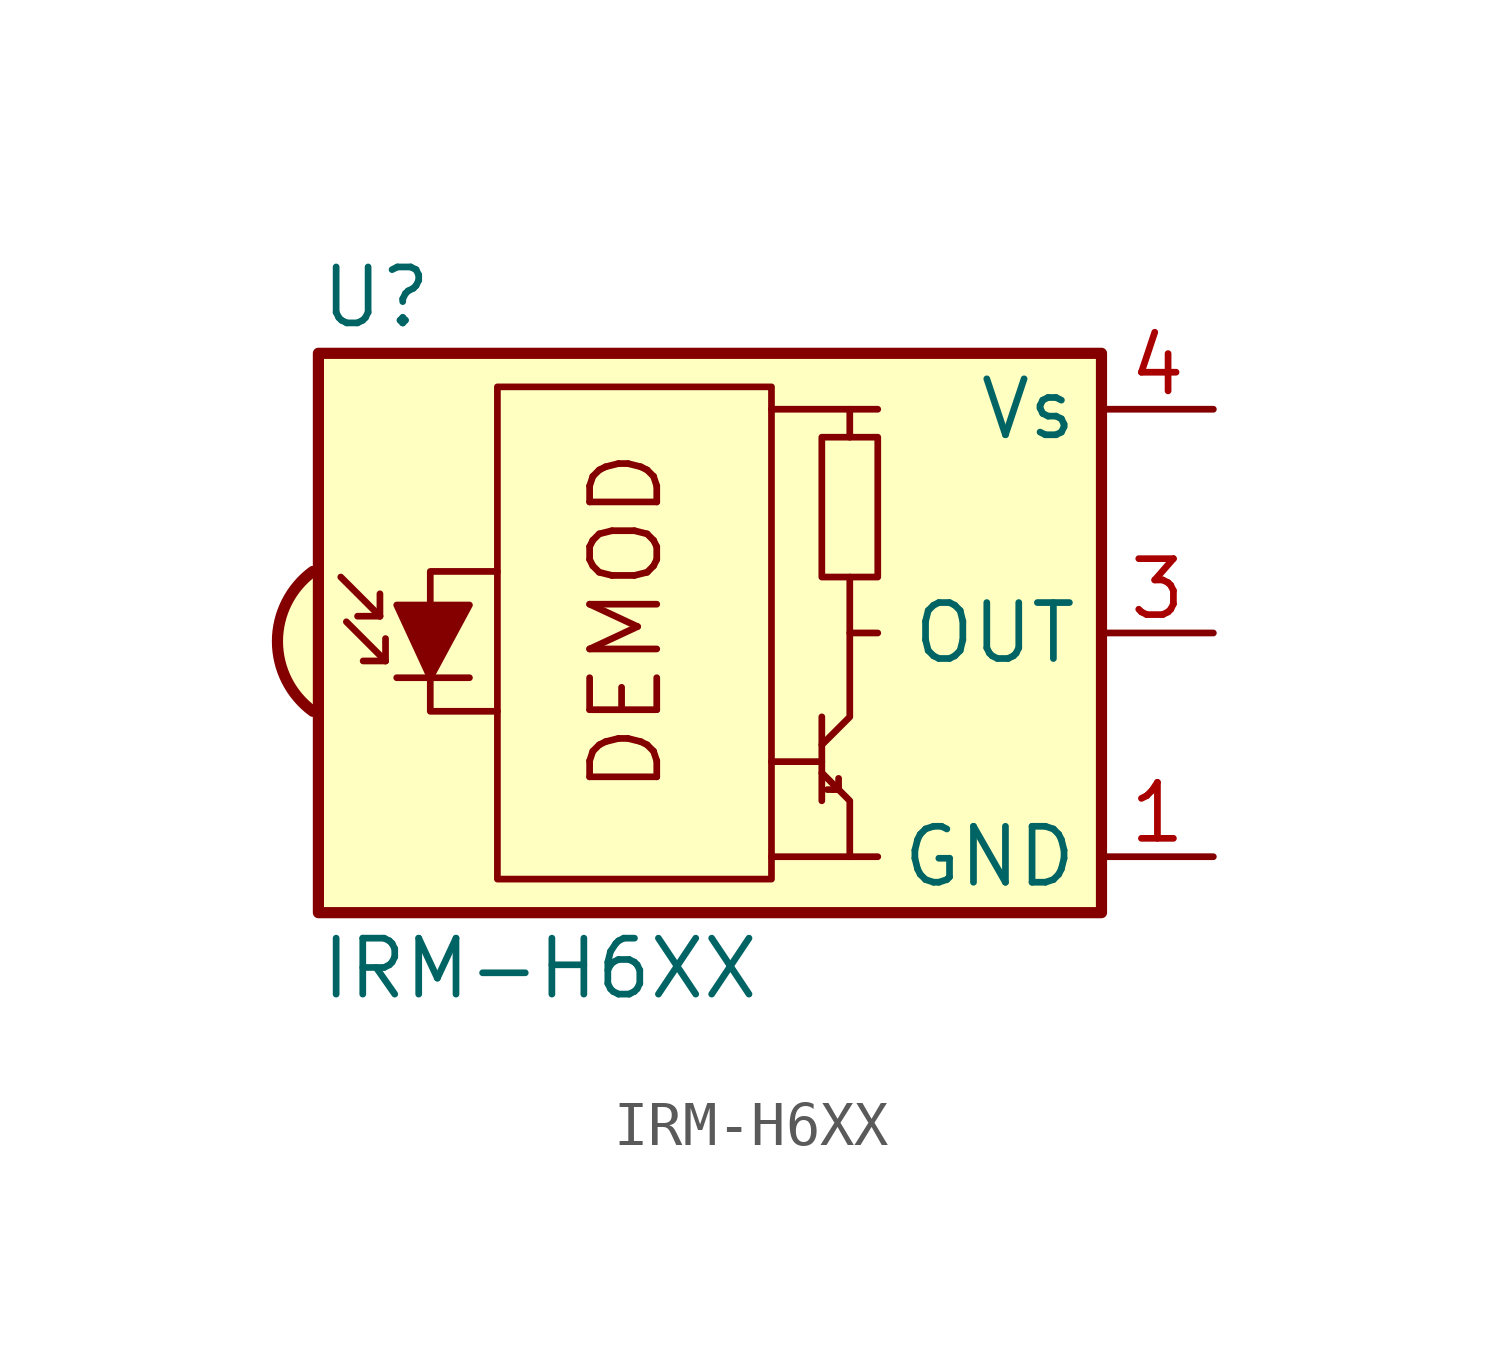
<source format=kicad_sym>
(kicad_symbol_lib
  (version 20211014)
  (generator kicad_symbol_editor)
  (symbol "IRM-H6XX"
    (property "Reference" "U"
      (at -10.16 7.62 0)
      (effects (font (size 1.27 1.27)) (justify left)))
    (property "Value" "IRM-H6XX"
      (at -10.16 -7.62 0)
      (effects (font (size 1.27 1.27)) (justify left)))
    (symbol "IRM-H6XX_0_0"
      (arc (start -10.287 1.397) (mid -11.0899 -0.1852) (end -10.287 -1.778) (stroke (width 0.254) (type default) (color 0 0 0 0)) (fill (type background)))
      (polyline (pts (xy 1.905 -5.08) (xy 0.127 -5.08)) (stroke (width 0) (type default) (color 0 0 0 0)) (fill (type none)))
      (polyline (pts (xy 1.905 5.08) (xy 0.127 5.08)) (stroke (width 0) (type default) (color 0 0 0 0)) (fill (type none)))
      (text "DEMOD" (at -3.175 0.254 900) (effects (font (size 1.524 1.524)))))
    (symbol "IRM-H6XX_0_1"
      (rectangle (start -6.096 5.588) (end 0.127 -5.588) (stroke (width 0) (type default) (color 0 0 0 0)) (fill (type none)))
      (polyline (pts (xy -8.763 0.381) (xy -9.652 1.27)) (stroke (width 0) (type default) (color 0 0 0 0)) (fill (type none)))
      (polyline (pts (xy -8.763 0.381) (xy -9.271 0.381)) (stroke (width 0) (type default) (color 0 0 0 0)) (fill (type none)))
      (polyline (pts (xy -8.763 0.381) (xy -8.763 0.889)) (stroke (width 0) (type default) (color 0 0 0 0)) (fill (type none)))
      (polyline (pts (xy -8.636 -0.635) (xy -9.525 0.254)) (stroke (width 0) (type default) (color 0 0 0 0)) (fill (type none)))
      (polyline (pts (xy -8.636 -0.635) (xy -9.144 -0.635)) (stroke (width 0) (type default) (color 0 0 0 0)) (fill (type none)))
      (polyline (pts (xy -8.636 -0.635) (xy -8.636 -0.127)) (stroke (width 0) (type default) (color 0 0 0 0)) (fill (type none)))
      (polyline (pts (xy -8.382 -1.016) (xy -6.731 -1.016)) (stroke (width 0) (type default) (color 0 0 0 0)) (fill (type none)))
      (polyline (pts (xy 1.27 -2.921) (xy 0.127 -2.921)) (stroke (width 0) (type default) (color 0 0 0 0)) (fill (type none)))
      (polyline (pts (xy 1.27 -1.905) (xy 1.27 -3.81)) (stroke (width 0) (type default) (color 0 0 0 0)) (fill (type none)))
      (polyline (pts (xy 1.397 -3.556) (xy 1.524 -3.556)) (stroke (width 0) (type default) (color 0 0 0 0)) (fill (type none)))
      (polyline (pts (xy 1.651 -3.556) (xy 1.524 -3.556)) (stroke (width 0) (type default) (color 0 0 0 0)) (fill (type none)))
      (polyline (pts (xy 1.651 -3.556) (xy 1.651 -3.302)) (stroke (width 0) (type default) (color 0 0 0 0)) (fill (type none)))
      (polyline (pts (xy 1.905 0) (xy 1.905 1.27)) (stroke (width 0) (type default) (color 0 0 0 0)) (fill (type none)))
      (polyline (pts (xy 1.905 4.445) (xy 1.905 5.08) (xy 2.54 5.08)) (stroke (width 0) (type default) (color 0 0 0 0)) (fill (type none)))
      (polyline (pts (xy -8.382 0.635) (xy -6.731 0.635) (xy -7.62 -1.016) (xy -8.382 0.635)) (stroke (width 0) (type default) (color 0 0 0 0)) (fill (type outline)))
      (polyline (pts (xy -6.096 1.397) (xy -7.62 1.397) (xy -7.62 -1.778) (xy -6.096 -1.778)) (stroke (width 0) (type default) (color 0 0 0 0)) (fill (type none)))
      (polyline (pts (xy 1.27 -3.175) (xy 1.905 -3.81) (xy 1.905 -5.08) (xy 2.54 -5.08)) (stroke (width 0) (type default) (color 0 0 0 0)) (fill (type none)))
      (polyline (pts (xy 1.27 -2.54) (xy 1.905 -1.905) (xy 1.905 0) (xy 2.54 0)) (stroke (width 0) (type default) (color 0 0 0 0)) (fill (type none)))
      (rectangle (start 2.54 1.27) (end 1.27 4.445) (stroke (width 0) (type default) (color 0 0 0 0)) (fill (type none)))
      (rectangle (start 7.62 6.35) (end -10.16 -6.35) (stroke (width 0.254) (type default) (color 0 0 0 0)) (fill (type background))))
    (symbol "IRM-H6XX_1_1"
      (pin power_in line (at 10.16 -5.08 180) (length 2.54) (name "GND" (effects (font (size 1.27 1.27)))) (number "1" (effects (font (size 1.27 1.27)))))
      (pin power_in line (at 10.16 -5.08 180) (length 2.54) hide (name "GND" (effects (font (size 1.27 1.27)))) (number "2" (effects (font (size 1.27 1.27)))))
      (pin output line (at 10.16 0 180) (length 2.54) (name "OUT" (effects (font (size 1.27 1.27)))) (number "3" (effects (font (size 1.27 1.27)))))
      (pin power_in line (at 10.16 5.08 180) (length 2.54) (name "Vs" (effects (font (size 1.27 1.27)))) (number "4" (effects (font (size 1.27 1.27))))))))
</source>
